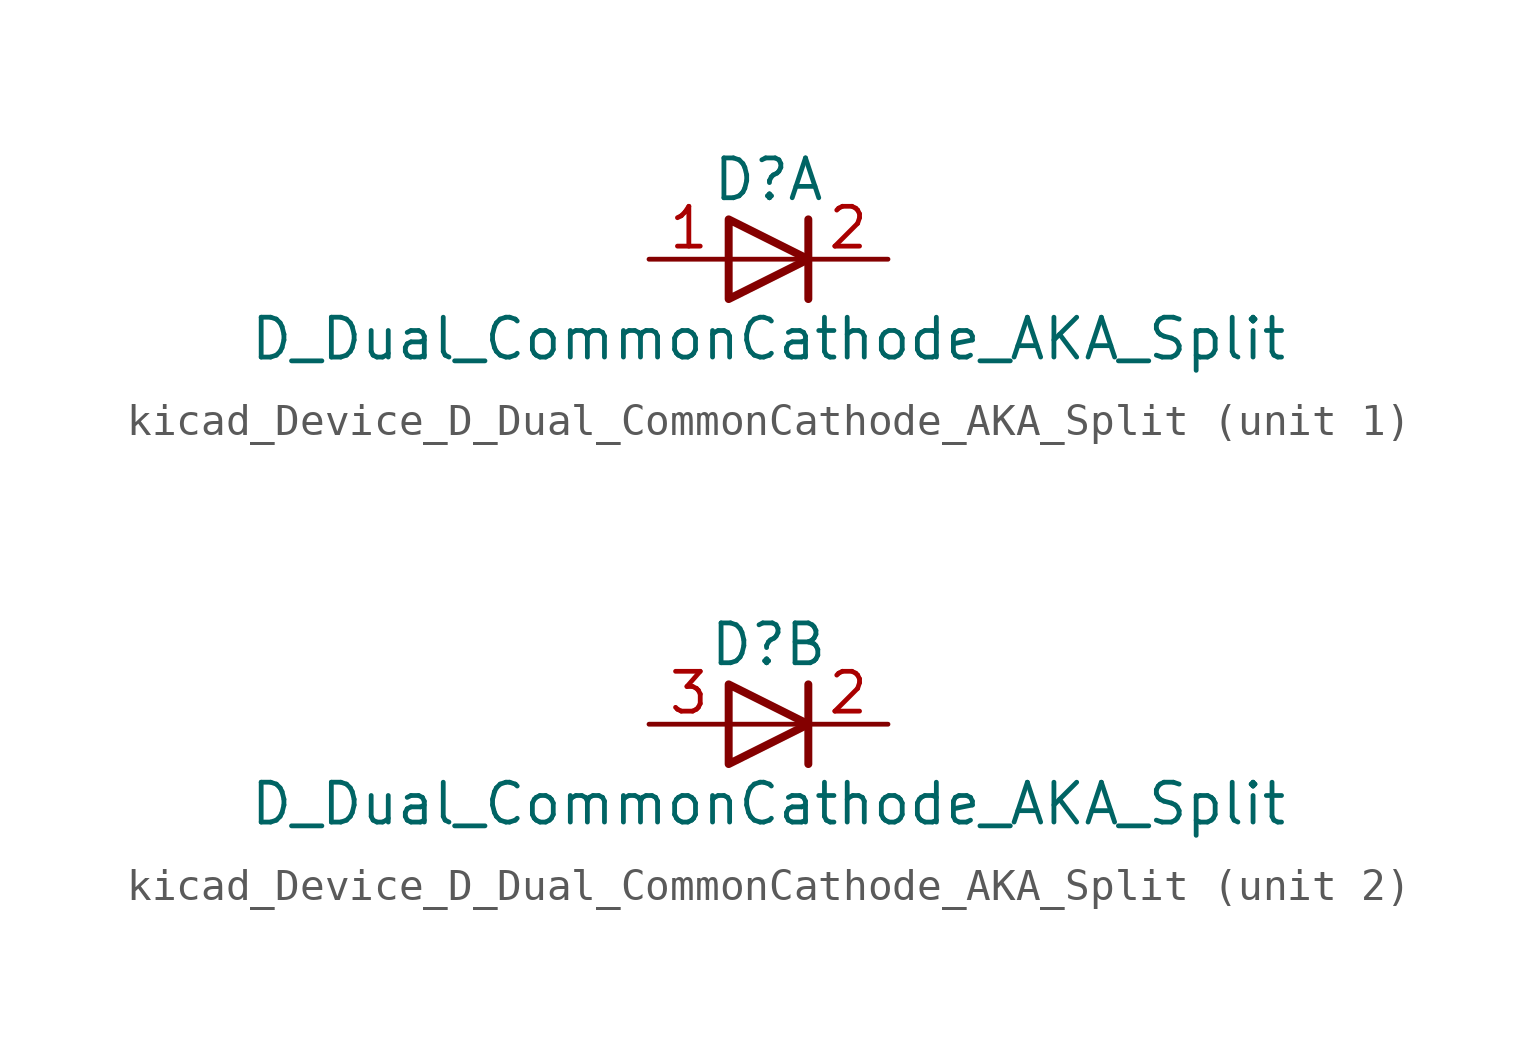
<source format=kicad_sym>
(kicad_symbol_lib
  (version 20220914)
  (generator kicad_symbol_editor)
  (symbol "kicad_Device_D_Dual_CommonCathode_AKA_Split"
    (pin_names
      (offset 0.762) hide)
    (property "Reference" "D"
      (at 0 2.54 0)
      (effects (font (size 1.27 1.27))))
    (property "Value" "D_Dual_CommonCathode_AKA_Split"
      (at 0 -2.54 0)
      (effects (font (size 1.27 1.27))))
    (property "ki_locked" ""
      (at 0 0 0)
      (effects (font (size 1.27 1.27))))
    (symbol "kicad_Device_D_Dual_CommonCathode_AKA_Split_0_0"
      (polyline (pts (xy 1.27 0) (xy -1.27 0)) (stroke (width 0) (type default)) (fill (type none)))
      (polyline (pts (xy 1.27 1.27) (xy 1.27 -1.27)) (stroke (width 0.254) (type default)) (fill (type none))))
    (symbol "kicad_Device_D_Dual_CommonCathode_AKA_Split_0_1"
      (polyline (pts (xy -1.27 1.27) (xy 1.27 0) (xy -1.27 -1.27) (xy -1.27 1.27) (xy -1.27 1.27) (xy -1.27 1.27)) (stroke (width 0.254) (type default)) (fill (type none)))
      (pin passive line (at 3.81 0 180) (length 2.54) (name "K" (effects (font (size 1.27 1.27)))) (number "2" (effects (font (size 1.27 1.27))))))
    (symbol "kicad_Device_D_Dual_CommonCathode_AKA_Split_1_1"
      (pin passive line (at -3.81 0 0) (length 2.54) (name "A" (effects (font (size 1.27 1.27)))) (number "1" (effects (font (size 1.27 1.27))))))
    (symbol "kicad_Device_D_Dual_CommonCathode_AKA_Split_2_1"
      (pin passive line (at -3.81 0 0) (length 2.54) (name "K" (effects (font (size 1.27 1.27)))) (number "3" (effects (font (size 1.27 1.27))))))))
</source>
